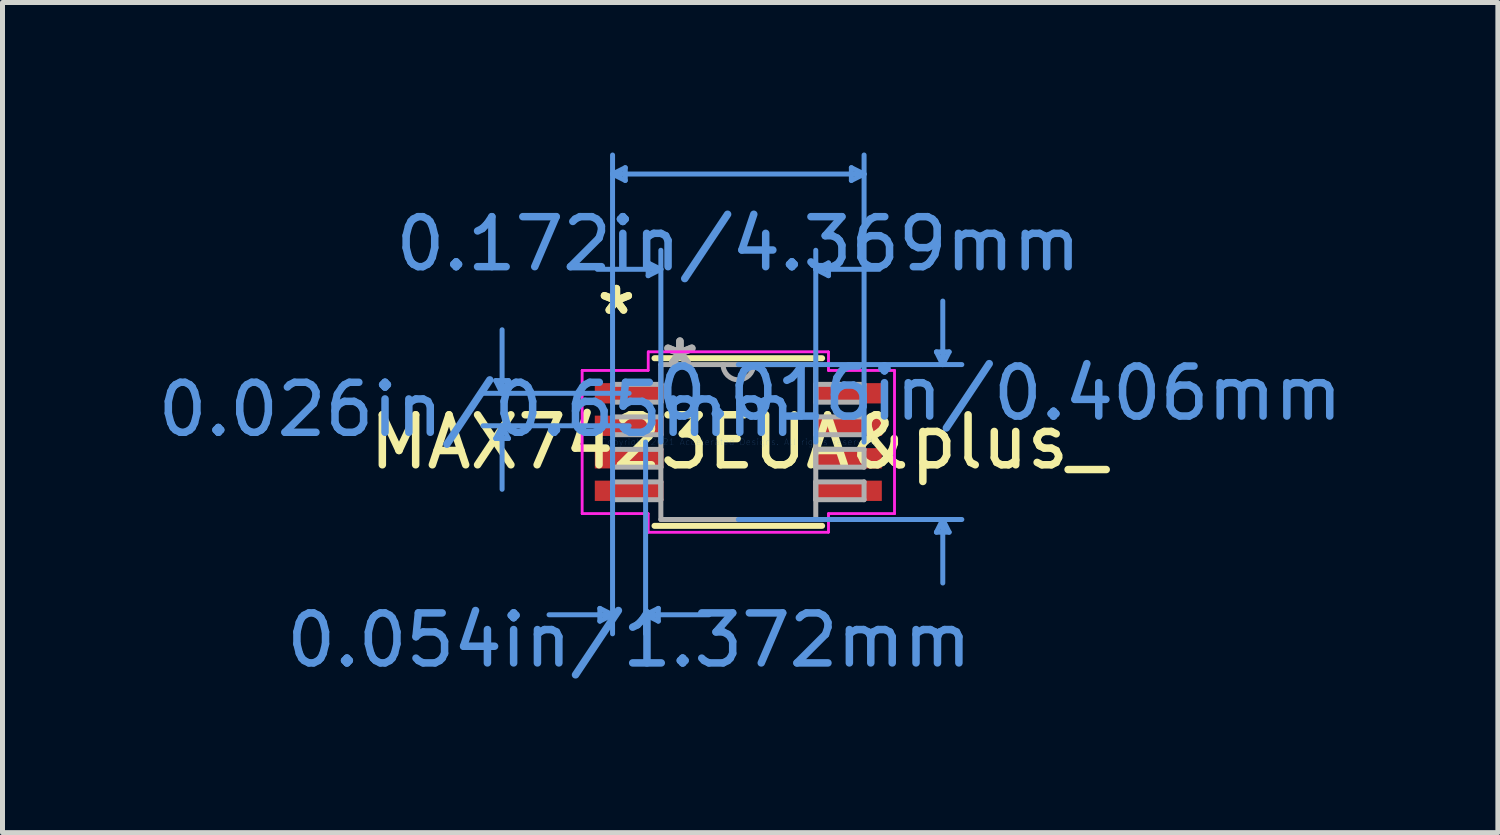
<source format=kicad_pcb>
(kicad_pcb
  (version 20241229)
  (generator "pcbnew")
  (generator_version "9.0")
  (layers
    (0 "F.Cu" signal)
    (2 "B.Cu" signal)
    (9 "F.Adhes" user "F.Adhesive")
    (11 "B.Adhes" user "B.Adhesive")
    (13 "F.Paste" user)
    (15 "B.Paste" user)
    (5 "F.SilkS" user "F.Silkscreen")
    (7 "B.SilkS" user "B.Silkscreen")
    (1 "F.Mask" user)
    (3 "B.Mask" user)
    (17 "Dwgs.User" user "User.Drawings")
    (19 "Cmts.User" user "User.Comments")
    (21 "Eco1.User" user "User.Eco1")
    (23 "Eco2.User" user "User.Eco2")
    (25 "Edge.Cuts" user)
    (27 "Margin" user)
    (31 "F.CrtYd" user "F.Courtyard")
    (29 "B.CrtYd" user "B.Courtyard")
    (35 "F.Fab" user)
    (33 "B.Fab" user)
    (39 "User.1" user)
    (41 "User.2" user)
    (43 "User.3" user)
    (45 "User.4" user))
  (footprint "MAX7423EUA&plus_"
    (layer "F.Cu")
    (at 11.715 5.79)
    (property "Reference" "MAX7423EUA&plus_" (at 0 0 0) (layer "F.SilkS") (effects (font (size 1 1) (thickness 0.15))))
    (attr through_hole)
    (fp_line (start -1.676 1.676) (end 1.676 1.676) (stroke (width 0.12) (type solid)) (layer "F.SilkS"))
    (fp_line (start 1.676 -1.676) (end -1.676 -1.676) (stroke (width 0.12) (type solid)) (layer "F.SilkS"))
    (fp_line (start -4.851 -1.229) (end -4.597 -1.229) (stroke (width 0.1) (type solid)) (layer "Cmts.User"))
    (fp_line (start -4.851 -0.071) (end -4.597 -0.071) (stroke (width 0.1) (type solid)) (layer "Cmts.User"))
    (fp_line (start -4.724 -0.975) (end -4.851 -1.229) (stroke (width 0.1) (type solid)) (layer "Cmts.User"))
    (fp_line (start -4.724 -0.975) (end -4.724 -2.245) (stroke (width 0.1) (type solid)) (layer "Cmts.User"))
    (fp_line (start -4.724 -0.975) (end -4.597 -1.229) (stroke (width 0.1) (type solid)) (layer "Cmts.User"))
    (fp_line (start -4.724 -0.325) (end -4.851 -0.071) (stroke (width 0.1) (type solid)) (layer "Cmts.User"))
    (fp_line (start -4.724 -0.325) (end -4.724 0.945) (stroke (width 0.1) (type solid)) (layer "Cmts.User"))
    (fp_line (start -4.724 -0.325) (end -4.597 -0.071) (stroke (width 0.1) (type solid)) (layer "Cmts.User"))
    (fp_line (start -2.769 3.327) (end -2.769 3.581) (stroke (width 0.1) (type solid)) (layer "Cmts.User"))
    (fp_line (start -2.515 -5.359) (end -2.261 -5.486) (stroke (width 0.1) (type solid)) (layer "Cmts.User"))
    (fp_line (start -2.515 -5.359) (end -2.261 -5.232) (stroke (width 0.1) (type solid)) (layer "Cmts.User"))
    (fp_line (start -2.515 -5.359) (end 2.515 -5.359) (stroke (width 0.1) (type solid)) (layer "Cmts.User"))
    (fp_line (start -2.515 0) (end -2.515 -5.74) (stroke (width 0.1) (type solid)) (layer "Cmts.User"))
    (fp_line (start -2.515 0) (end -2.515 3.835) (stroke (width 0.1) (type solid)) (layer "Cmts.User"))
    (fp_line (start -2.515 3.454) (end -3.785 3.454) (stroke (width 0.1) (type solid)) (layer "Cmts.User"))
    (fp_line (start -2.515 3.454) (end -2.769 3.327) (stroke (width 0.1) (type solid)) (layer "Cmts.User"))
    (fp_line (start -2.515 3.454) (end -2.769 3.581) (stroke (width 0.1) (type solid)) (layer "Cmts.User"))
    (fp_line (start -2.261 -5.486) (end -2.261 -5.232) (stroke (width 0.1) (type solid)) (layer "Cmts.User"))
    (fp_line (start -2.184 -0.975) (end -5.105 -0.975) (stroke (width 0.1) (type solid)) (layer "Cmts.User"))
    (fp_line (start -2.184 -0.325) (end -5.105 -0.325) (stroke (width 0.1) (type solid)) (layer "Cmts.User"))
    (fp_line (start -1.854 0) (end -1.854 3.835) (stroke (width 0.1) (type solid)) (layer "Cmts.User"))
    (fp_line (start -1.854 3.454) (end -1.6 3.327) (stroke (width 0.1) (type solid)) (layer "Cmts.User"))
    (fp_line (start -1.854 3.454) (end -1.6 3.581) (stroke (width 0.1) (type solid)) (layer "Cmts.User"))
    (fp_line (start -1.854 3.454) (end -0.584 3.454) (stroke (width 0.1) (type solid)) (layer "Cmts.User"))
    (fp_line (start -1.803 -3.581) (end -1.803 -3.327) (stroke (width 0.1) (type solid)) (layer "Cmts.User"))
    (fp_line (start -1.6 3.327) (end -1.6 3.581) (stroke (width 0.1) (type solid)) (layer "Cmts.User"))
    (fp_line (start -1.549 -3.454) (end -2.819 -3.454) (stroke (width 0.1) (type solid)) (layer "Cmts.User"))
    (fp_line (start -1.549 -3.454) (end -1.803 -3.581) (stroke (width 0.1) (type solid)) (layer "Cmts.User"))
    (fp_line (start -1.549 -3.454) (end -1.803 -3.327) (stroke (width 0.1) (type solid)) (layer "Cmts.User"))
    (fp_line (start -1.549 0) (end -1.549 -3.835) (stroke (width 0.1) (type solid)) (layer "Cmts.User"))
    (fp_line (start 0 -1.549) (end 4.47 -1.549) (stroke (width 0.1) (type solid)) (layer "Cmts.User"))
    (fp_line (start 0 1.549) (end 4.47 1.549) (stroke (width 0.1) (type solid)) (layer "Cmts.User"))
    (fp_line (start 1.549 -3.454) (end 1.803 -3.581) (stroke (width 0.1) (type solid)) (layer "Cmts.User"))
    (fp_line (start 1.549 -3.454) (end 1.803 -3.327) (stroke (width 0.1) (type solid)) (layer "Cmts.User"))
    (fp_line (start 1.549 -3.454) (end 2.819 -3.454) (stroke (width 0.1) (type solid)) (layer "Cmts.User"))
    (fp_line (start 1.549 0) (end 1.549 -3.835) (stroke (width 0.1) (type solid)) (layer "Cmts.User"))
    (fp_line (start 1.803 -3.581) (end 1.803 -3.327) (stroke (width 0.1) (type solid)) (layer "Cmts.User"))
    (fp_line (start 2.261 -5.486) (end 2.261 -5.232) (stroke (width 0.1) (type solid)) (layer "Cmts.User"))
    (fp_line (start 2.515 -5.359) (end 2.261 -5.486) (stroke (width 0.1) (type solid)) (layer "Cmts.User"))
    (fp_line (start 2.515 -5.359) (end 2.261 -5.232) (stroke (width 0.1) (type solid)) (layer "Cmts.User"))
    (fp_line (start 2.515 0) (end 2.515 -5.74) (stroke (width 0.1) (type solid)) (layer "Cmts.User"))
    (fp_line (start 3.962 -1.803) (end 4.216 -1.803) (stroke (width 0.1) (type solid)) (layer "Cmts.User"))
    (fp_line (start 3.962 1.803) (end 4.216 1.803) (stroke (width 0.1) (type solid)) (layer "Cmts.User"))
    (fp_line (start 4.089 -1.549) (end 3.962 -1.803) (stroke (width 0.1) (type solid)) (layer "Cmts.User"))
    (fp_line (start 4.089 -1.549) (end 4.089 -2.819) (stroke (width 0.1) (type solid)) (layer "Cmts.User"))
    (fp_line (start 4.089 -1.549) (end 4.216 -1.803) (stroke (width 0.1) (type solid)) (layer "Cmts.User"))
    (fp_line (start 4.089 1.549) (end 3.962 1.803) (stroke (width 0.1) (type solid)) (layer "Cmts.User"))
    (fp_line (start 4.089 1.549) (end 4.089 2.819) (stroke (width 0.1) (type solid)) (layer "Cmts.User"))
    (fp_line (start 4.089 1.549) (end 4.216 1.803) (stroke (width 0.1) (type solid)) (layer "Cmts.User"))
    (fp_line (start -3.124 -1.432) (end -1.803 -1.432) (stroke (width 0.05) (type solid)) (layer "F.CrtYd"))
    (fp_line (start -3.124 -1.432) (end -1.803 -1.432) (stroke (width 0.05) (type solid)) (layer "F.CrtYd"))
    (fp_line (start -3.124 1.432) (end -3.124 -1.432) (stroke (width 0.05) (type solid)) (layer "F.CrtYd"))
    (fp_line (start -3.124 1.432) (end -3.124 -1.432) (stroke (width 0.05) (type solid)) (layer "F.CrtYd"))
    (fp_line (start -3.124 1.432) (end -1.803 1.432) (stroke (width 0.05) (type solid)) (layer "F.CrtYd"))
    (fp_line (start -1.803 -1.803) (end 1.803 -1.803) (stroke (width 0.05) (type solid)) (layer "F.CrtYd"))
    (fp_line (start -1.803 -1.803) (end 1.803 -1.803) (stroke (width 0.05) (type solid)) (layer "F.CrtYd"))
    (fp_line (start -1.803 -1.432) (end -1.803 -1.803) (stroke (width 0.05) (type solid)) (layer "F.CrtYd"))
    (fp_line (start -1.803 -1.432) (end -1.803 -1.803) (stroke (width 0.05) (type solid)) (layer "F.CrtYd"))
    (fp_line (start -1.803 1.432) (end -3.124 1.432) (stroke (width 0.05) (type solid)) (layer "F.CrtYd"))
    (fp_line (start -1.803 1.803) (end -1.803 1.432) (stroke (width 0.05) (type solid)) (layer "F.CrtYd"))
    (fp_line (start -1.803 1.803) (end -1.803 1.432) (stroke (width 0.05) (type solid)) (layer "F.CrtYd"))
    (fp_line (start 1.803 -1.803) (end 1.803 -1.432) (stroke (width 0.05) (type solid)) (layer "F.CrtYd"))
    (fp_line (start 1.803 -1.803) (end 1.803 -1.432) (stroke (width 0.05) (type solid)) (layer "F.CrtYd"))
    (fp_line (start 1.803 -1.432) (end 3.124 -1.432) (stroke (width 0.05) (type solid)) (layer "F.CrtYd"))
    (fp_line (start 1.803 1.432) (end 1.803 1.803) (stroke (width 0.05) (type solid)) (layer "F.CrtYd"))
    (fp_line (start 1.803 1.432) (end 1.803 1.803) (stroke (width 0.05) (type solid)) (layer "F.CrtYd"))
    (fp_line (start 1.803 1.803) (end -1.803 1.803) (stroke (width 0.05) (type solid)) (layer "F.CrtYd"))
    (fp_line (start 1.803 1.803) (end -1.803 1.803) (stroke (width 0.05) (type solid)) (layer "F.CrtYd"))
    (fp_line (start 3.124 -1.432) (end 1.803 -1.432) (stroke (width 0.05) (type solid)) (layer "F.CrtYd"))
    (fp_line (start 3.124 -1.432) (end 3.124 1.432) (stroke (width 0.05) (type solid)) (layer "F.CrtYd"))
    (fp_line (start 3.124 -1.432) (end 3.124 1.432) (stroke (width 0.05) (type solid)) (layer "F.CrtYd"))
    (fp_line (start 3.124 1.432) (end 1.803 1.432) (stroke (width 0.05) (type solid)) (layer "F.CrtYd"))
    (fp_line (start 3.124 1.432) (end 1.803 1.432) (stroke (width 0.05) (type solid)) (layer "F.CrtYd"))
    (fp_line (start -2.515 -1.153) (end -2.515 -0.797) (stroke (width 0.1) (type solid)) (layer "F.Fab"))
    (fp_line (start -2.515 -0.797) (end -1.549 -0.797) (stroke (width 0.1) (type solid)) (layer "F.Fab"))
    (fp_line (start -2.515 -0.503) (end -2.515 -0.147) (stroke (width 0.1) (type solid)) (layer "F.Fab"))
    (fp_line (start -2.515 -0.147) (end -1.549 -0.147) (stroke (width 0.1) (type solid)) (layer "F.Fab"))
    (fp_line (start -2.515 0.147) (end -2.515 0.503) (stroke (width 0.1) (type solid)) (layer "F.Fab"))
    (fp_line (start -2.515 0.503) (end -1.549 0.503) (stroke (width 0.1) (type solid)) (layer "F.Fab"))
    (fp_line (start -2.515 0.797) (end -2.515 1.153) (stroke (width 0.1) (type solid)) (layer "F.Fab"))
    (fp_line (start -2.515 1.153) (end -1.549 1.153) (stroke (width 0.1) (type solid)) (layer "F.Fab"))
    (fp_line (start -1.549 -1.549) (end -1.549 1.549) (stroke (width 0.1) (type solid)) (layer "F.Fab"))
    (fp_line (start -1.549 -1.153) (end -2.515 -1.153) (stroke (width 0.1) (type solid)) (layer "F.Fab"))
    (fp_line (start -1.549 -0.797) (end -1.549 -1.153) (stroke (width 0.1) (type solid)) (layer "F.Fab"))
    (fp_line (start -1.549 -0.503) (end -2.515 -0.503) (stroke (width 0.1) (type solid)) (layer "F.Fab"))
    (fp_line (start -1.549 -0.147) (end -1.549 -0.503) (stroke (width 0.1) (type solid)) (layer "F.Fab"))
    (fp_line (start -1.549 0.147) (end -2.515 0.147) (stroke (width 0.1) (type solid)) (layer "F.Fab"))
    (fp_line (start -1.549 0.503) (end -1.549 0.147) (stroke (width 0.1) (type solid)) (layer "F.Fab"))
    (fp_line (start -1.549 0.797) (end -2.515 0.797) (stroke (width 0.1) (type solid)) (layer "F.Fab"))
    (fp_line (start -1.549 1.153) (end -1.549 0.797) (stroke (width 0.1) (type solid)) (layer "F.Fab"))
    (fp_line (start -1.549 1.549) (end 1.549 1.549) (stroke (width 0.1) (type solid)) (layer "F.Fab"))
    (fp_line (start 1.549 -1.549) (end -1.549 -1.549) (stroke (width 0.1) (type solid)) (layer "F.Fab"))
    (fp_line (start 1.549 -1.153) (end 1.549 -0.797) (stroke (width 0.1) (type solid)) (layer "F.Fab"))
    (fp_line (start 1.549 -0.797) (end 2.515 -0.797) (stroke (width 0.1) (type solid)) (layer "F.Fab"))
    (fp_line (start 1.549 -0.503) (end 1.549 -0.147) (stroke (width 0.1) (type solid)) (layer "F.Fab"))
    (fp_line (start 1.549 -0.147) (end 2.515 -0.147) (stroke (width 0.1) (type solid)) (layer "F.Fab"))
    (fp_line (start 1.549 0.147) (end 1.549 0.503) (stroke (width 0.1) (type solid)) (layer "F.Fab"))
    (fp_line (start 1.549 0.503) (end 2.515 0.503) (stroke (width 0.1) (type solid)) (layer "F.Fab"))
    (fp_line (start 1.549 0.797) (end 1.549 1.153) (stroke (width 0.1) (type solid)) (layer "F.Fab"))
    (fp_line (start 1.549 1.153) (end 2.515 1.153) (stroke (width 0.1) (type solid)) (layer "F.Fab"))
    (fp_line (start 1.549 1.549) (end 1.549 -1.549) (stroke (width 0.1) (type solid)) (layer "F.Fab"))
    (fp_line (start 2.515 -1.153) (end 1.549 -1.153) (stroke (width 0.1) (type solid)) (layer "F.Fab"))
    (fp_line (start 2.515 -0.797) (end 2.515 -1.153) (stroke (width 0.1) (type solid)) (layer "F.Fab"))
    (fp_line (start 2.515 -0.503) (end 1.549 -0.503) (stroke (width 0.1) (type solid)) (layer "F.Fab"))
    (fp_line (start 2.515 -0.147) (end 2.515 -0.503) (stroke (width 0.1) (type solid)) (layer "F.Fab"))
    (fp_line (start 2.515 0.147) (end 1.549 0.147) (stroke (width 0.1) (type solid)) (layer "F.Fab"))
    (fp_line (start 2.515 0.503) (end 2.515 0.147) (stroke (width 0.1) (type solid)) (layer "F.Fab"))
    (fp_line (start 2.515 0.797) (end 1.549 0.797) (stroke (width 0.1) (type solid)) (layer "F.Fab"))
    (fp_line (start 2.515 1.153) (end 2.515 0.797) (stroke (width 0.1) (type solid)) (layer "F.Fab"))
    (fp_arc (start 0.3048 -1.5494) (mid 0 -1.2446) (end -0.3048 -1.5494) (stroke (width 0.1) (type solid)) (layer "F.Fab"))
    (fp_text user "*" (at -2.438 -2.524 0) (layer "F.SilkS") (effects (font (size 1 1) (thickness 0.15))))
    (fp_text user "*" (at -2.438 -2.524 0) (layer "F.SilkS") (effects (font (size 1 1) (thickness 0.15))))
    (fp_text user "0.054in/1.372mm" (at -2.184 3.962 0) (layer "Cmts.User") (effects (font (size 1 1) (thickness 0.15))))
    (fp_text user "0.172in/4.369mm" (at 0 -3.962 0) (layer "Cmts.User") (effects (font (size 1 1) (thickness 0.15))))
    (fp_text user "Copyright 2021 Accelerated Designs. All rights reserved." (at 0 0 0) (layer "Cmts.User") (effects (font (size 0.127 0.127) (thickness 0.002))))
    (fp_text user "0.026in/0.65mm" (at -5.232 -0.65 0) (layer "Cmts.User") (effects (font (size 1 1) (thickness 0.15))))
    (fp_text user "0.016in/0.406mm" (at 5.232 -0.975 0) (layer "Cmts.User") (effects (font (size 1 1) (thickness 0.15))))
    (fp_text user "*" (at -1.168 -1.473 0) (layer "F.Fab") (effects (font (size 1 1) (thickness 0.15))))
    (fp_text user "*" (at -1.168 -1.473 0) (layer "F.Fab") (effects (font (size 1 1) (thickness 0.15))))
    (pad "1" smd rect (at -2.184 -0.975) (size 1.372 0.406) (layers "F.Cu" "F.Mask" "F.Paste"))
    (pad "2" smd rect (at -2.184 -0.325) (size 1.372 0.406) (layers "F.Cu" "F.Mask" "F.Paste"))
    (pad "3" smd rect (at -2.184 0.325) (size 1.372 0.406) (layers "F.Cu" "F.Mask" "F.Paste"))
    (pad "4" smd rect (at -2.184 0.975) (size 1.372 0.406) (layers "F.Cu" "F.Mask" "F.Paste"))
    (pad "5" smd rect (at 2.184 0.975) (size 1.372 0.406) (layers "F.Cu" "F.Mask" "F.Paste"))
    (pad "6" smd rect (at 2.184 0.325) (size 1.372 0.406) (layers "F.Cu" "F.Mask" "F.Paste"))
    (pad "7" smd rect (at 2.184 -0.325) (size 1.372 0.406) (layers "F.Cu" "F.Mask" "F.Paste"))
    (pad "8" smd rect (at 2.184 -0.975) (size 1.372 0.406) (layers "F.Cu" "F.Mask" "F.Paste")))
  (gr_rect
    (start -3 -3)
    (end 26.905 13.601)
    (stroke (width 0.1) (type default))
    (fill no)
    (layer "Edge.Cuts")))
</source>
